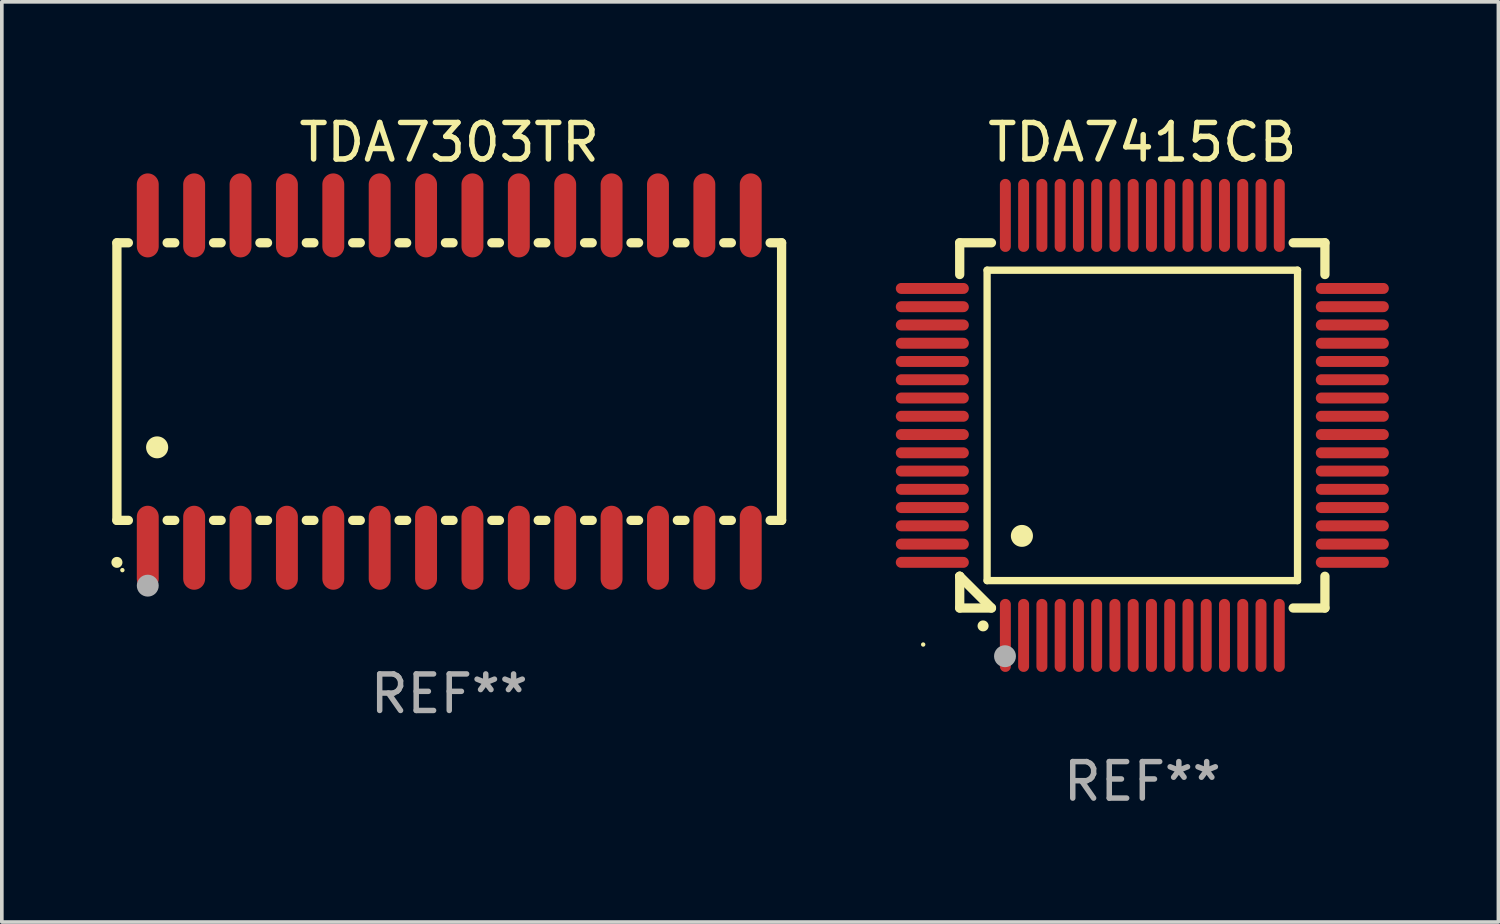
<source format=kicad_pcb>
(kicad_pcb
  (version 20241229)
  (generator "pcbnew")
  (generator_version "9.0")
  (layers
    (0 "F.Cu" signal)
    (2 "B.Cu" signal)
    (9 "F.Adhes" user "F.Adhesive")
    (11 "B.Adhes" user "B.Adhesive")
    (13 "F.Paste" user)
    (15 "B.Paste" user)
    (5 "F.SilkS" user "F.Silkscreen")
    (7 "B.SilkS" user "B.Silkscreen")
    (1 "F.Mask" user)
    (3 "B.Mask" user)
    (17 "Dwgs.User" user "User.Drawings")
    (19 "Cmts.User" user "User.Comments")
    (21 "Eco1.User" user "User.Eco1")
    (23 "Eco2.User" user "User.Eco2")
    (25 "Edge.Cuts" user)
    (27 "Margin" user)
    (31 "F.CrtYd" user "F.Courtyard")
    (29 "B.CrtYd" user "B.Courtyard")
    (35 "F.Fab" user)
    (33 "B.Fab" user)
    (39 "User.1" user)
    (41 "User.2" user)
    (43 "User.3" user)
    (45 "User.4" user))
  (footprint "TDA7303TR"
    (layer "F.Cu")
    (at 9.251 7.398)
    (property "Reference" "TDA7303TR" (at 0 -6.55 0) (layer "F.SilkS") (effects (font (size 1 1) (thickness 0.15))))
    (attr through_hole)
    (fp_line (start -9.1 -3.8) (end -9.1 3.8) (stroke (width 0.254) (type solid)) (layer "F.SilkS"))
    (fp_line (start -9.1 -3.8) (end -8.786 -3.8) (stroke (width 0.254) (type solid)) (layer "F.SilkS"))
    (fp_line (start -9.1 3.8) (end -8.786 3.8) (stroke (width 0.254) (type solid)) (layer "F.SilkS"))
    (fp_line (start -7.724 -3.8) (end -7.516 -3.8) (stroke (width 0.254) (type solid)) (layer "F.SilkS"))
    (fp_line (start -7.724 3.8) (end -7.516 3.8) (stroke (width 0.254) (type solid)) (layer "F.SilkS"))
    (fp_line (start -6.454 -3.8) (end -6.246 -3.8) (stroke (width 0.254) (type solid)) (layer "F.SilkS"))
    (fp_line (start -6.454 3.8) (end -6.246 3.8) (stroke (width 0.254) (type solid)) (layer "F.SilkS"))
    (fp_line (start -5.184 -3.8) (end -4.976 -3.8) (stroke (width 0.254) (type solid)) (layer "F.SilkS"))
    (fp_line (start -5.184 3.8) (end -4.976 3.8) (stroke (width 0.254) (type solid)) (layer "F.SilkS"))
    (fp_line (start -3.914 -3.8) (end -3.706 -3.8) (stroke (width 0.254) (type solid)) (layer "F.SilkS"))
    (fp_line (start -3.914 3.8) (end -3.706 3.8) (stroke (width 0.254) (type solid)) (layer "F.SilkS"))
    (fp_line (start -2.644 -3.8) (end -2.436 -3.8) (stroke (width 0.254) (type solid)) (layer "F.SilkS"))
    (fp_line (start -2.644 3.8) (end -2.436 3.8) (stroke (width 0.254) (type solid)) (layer "F.SilkS"))
    (fp_line (start -1.374 -3.8) (end -1.166 -3.8) (stroke (width 0.254) (type solid)) (layer "F.SilkS"))
    (fp_line (start -1.374 3.8) (end -1.166 3.8) (stroke (width 0.254) (type solid)) (layer "F.SilkS"))
    (fp_line (start -0.104 -3.8) (end 0.104 -3.8) (stroke (width 0.254) (type solid)) (layer "F.SilkS"))
    (fp_line (start -0.104 3.8) (end 0.104 3.8) (stroke (width 0.254) (type solid)) (layer "F.SilkS"))
    (fp_line (start 1.166 -3.8) (end 1.374 -3.8) (stroke (width 0.254) (type solid)) (layer "F.SilkS"))
    (fp_line (start 1.166 3.8) (end 1.374 3.8) (stroke (width 0.254) (type solid)) (layer "F.SilkS"))
    (fp_line (start 2.436 -3.8) (end 2.644 -3.8) (stroke (width 0.254) (type solid)) (layer "F.SilkS"))
    (fp_line (start 2.436 3.8) (end 2.644 3.8) (stroke (width 0.254) (type solid)) (layer "F.SilkS"))
    (fp_line (start 3.706 -3.8) (end 3.914 -3.8) (stroke (width 0.254) (type solid)) (layer "F.SilkS"))
    (fp_line (start 3.706 3.8) (end 3.914 3.8) (stroke (width 0.254) (type solid)) (layer "F.SilkS"))
    (fp_line (start 4.976 -3.8) (end 5.184 -3.8) (stroke (width 0.254) (type solid)) (layer "F.SilkS"))
    (fp_line (start 4.976 3.8) (end 5.184 3.8) (stroke (width 0.254) (type solid)) (layer "F.SilkS"))
    (fp_line (start 6.246 -3.8) (end 6.454 -3.8) (stroke (width 0.254) (type solid)) (layer "F.SilkS"))
    (fp_line (start 6.246 3.8) (end 6.454 3.8) (stroke (width 0.254) (type solid)) (layer "F.SilkS"))
    (fp_line (start 7.516 -3.8) (end 7.724 -3.8) (stroke (width 0.254) (type solid)) (layer "F.SilkS"))
    (fp_line (start 7.516 3.8) (end 7.724 3.8) (stroke (width 0.254) (type solid)) (layer "F.SilkS"))
    (fp_line (start 8.786 -3.8) (end 9.1 -3.8) (stroke (width 0.254) (type solid)) (layer "F.SilkS"))
    (fp_line (start 8.786 3.8) (end 9.1 3.8) (stroke (width 0.254) (type solid)) (layer "F.SilkS"))
    (fp_line (start 9.1 -3.8) (end 9.1 3.8) (stroke (width 0.254) (type solid)) (layer "F.SilkS"))
    (fp_arc (start -9.100864 4.95047) (mid -9.099594 4.950465) (end -9.098324 4.95047) (stroke (width 0.3) (type solid)) (layer "F.SilkS"))
    (fp_arc (start -8.001041 1.800864) (mid -7.998501 1.800853) (end -7.995961 1.800864) (stroke (width 0.6) (type solid)) (layer "F.SilkS"))
    (fp_circle (center -8.95 5.163) (end -8.92 5.163) (stroke (width 0.06) (type solid)) (fill no) (layer "F.SilkS"))
    (fp_circle (center -8.255 5.588) (end -8.105 5.588) (stroke (width 0.3) (type solid)) (fill no) (layer "F.Fab"))
    (fp_text user "REF**" (at 0 8.55 0) (layer "F.Fab") (effects (font (size 1 1) (thickness 0.15))))
    (pad "1" smd oval (at -8.255 4.55 180) (size 0.6 2.3) (layers "F.Cu" "F.Mask" "F.Paste"))
    (pad "2" smd oval (at -6.985 4.55 180) (size 0.6 2.3) (layers "F.Cu" "F.Mask" "F.Paste"))
    (pad "3" smd oval (at -5.715 4.55 180) (size 0.6 2.3) (layers "F.Cu" "F.Mask" "F.Paste"))
    (pad "4" smd oval (at -4.445 4.55 180) (size 0.6 2.3) (layers "F.Cu" "F.Mask" "F.Paste"))
    (pad "5" smd oval (at -3.175 4.55 180) (size 0.6 2.3) (layers "F.Cu" "F.Mask" "F.Paste"))
    (pad "6" smd oval (at -1.905 4.55 180) (size 0.6 2.3) (layers "F.Cu" "F.Mask" "F.Paste"))
    (pad "7" smd oval (at -0.635 4.55 180) (size 0.6 2.3) (layers "F.Cu" "F.Mask" "F.Paste"))
    (pad "8" smd oval (at 0.635 4.55 180) (size 0.6 2.3) (layers "F.Cu" "F.Mask" "F.Paste"))
    (pad "9" smd oval (at 1.905 4.55 180) (size 0.6 2.3) (layers "F.Cu" "F.Mask" "F.Paste"))
    (pad "10" smd oval (at 3.175 4.55 180) (size 0.6 2.3) (layers "F.Cu" "F.Mask" "F.Paste"))
    (pad "11" smd oval (at 4.445 4.55 180) (size 0.6 2.3) (layers "F.Cu" "F.Mask" "F.Paste"))
    (pad "12" smd oval (at 5.715 4.55 180) (size 0.6 2.3) (layers "F.Cu" "F.Mask" "F.Paste"))
    (pad "13" smd oval (at 6.985 4.55 180) (size 0.6 2.3) (layers "F.Cu" "F.Mask" "F.Paste"))
    (pad "14" smd oval (at 8.255 4.55 180) (size 0.6 2.3) (layers "F.Cu" "F.Mask" "F.Paste"))
    (pad "15" smd oval (at 8.255 -4.55 180) (size 0.6 2.3) (layers "F.Cu" "F.Mask" "F.Paste"))
    (pad "16" smd oval (at 6.985 -4.55 180) (size 0.6 2.3) (layers "F.Cu" "F.Mask" "F.Paste"))
    (pad "17" smd oval (at 5.715 -4.55 180) (size 0.6 2.3) (layers "F.Cu" "F.Mask" "F.Paste"))
    (pad "18" smd oval (at 4.445 -4.55 180) (size 0.6 2.3) (layers "F.Cu" "F.Mask" "F.Paste"))
    (pad "19" smd oval (at 3.175 -4.55 180) (size 0.6 2.3) (layers "F.Cu" "F.Mask" "F.Paste"))
    (pad "20" smd oval (at 1.905 -4.55 180) (size 0.6 2.3) (layers "F.Cu" "F.Mask" "F.Paste"))
    (pad "21" smd oval (at 0.635 -4.55 180) (size 0.6 2.3) (layers "F.Cu" "F.Mask" "F.Paste"))
    (pad "22" smd oval (at -0.635 -4.55 180) (size 0.6 2.3) (layers "F.Cu" "F.Mask" "F.Paste"))
    (pad "23" smd oval (at -1.905 -4.55 180) (size 0.6 2.3) (layers "F.Cu" "F.Mask" "F.Paste"))
    (pad "24" smd oval (at -3.175 -4.55 180) (size 0.6 2.3) (layers "F.Cu" "F.Mask" "F.Paste"))
    (pad "25" smd oval (at -4.445 -4.55 180) (size 0.6 2.3) (layers "F.Cu" "F.Mask" "F.Paste"))
    (pad "26" smd oval (at -5.715 -4.55 180) (size 0.6 2.3) (layers "F.Cu" "F.Mask" "F.Paste"))
    (pad "27" smd oval (at -6.985 -4.55 180) (size 0.6 2.3) (layers "F.Cu" "F.Mask" "F.Paste"))
    (pad "28" smd oval (at -8.255 -4.55 180) (size 0.6 2.3) (layers "F.Cu" "F.Mask" "F.Paste")))
  (footprint "TDA7415CB"
    (layer "F.Cu")
    (at 28.228 8.598)
    (property "Reference" "TDA7415CB" (at 0 -7.75 0) (layer "F.SilkS") (effects (font (size 1 1) (thickness 0.15))))
    (attr through_hole)
    (fp_line (start -5 -5) (end -4.131 -5) (stroke (width 0.254) (type solid)) (layer "F.SilkS"))
    (fp_line (start -5 -4.131) (end -5 -5) (stroke (width 0.254) (type solid)) (layer "F.SilkS"))
    (fp_line (start -5 4.131) (end -5 4.131) (stroke (width 0.254) (type solid)) (layer "F.SilkS"))
    (fp_line (start -5 5) (end -5 4.131) (stroke (width 0.254) (type solid)) (layer "F.SilkS"))
    (fp_line (start -5 4.131) (end -4.131 5) (stroke (width 0.254) (type solid)) (layer "F.SilkS"))
    (fp_line (start -4.25 -4.25) (end -4.25 4.25) (stroke (width 0.2) (type solid)) (layer "F.SilkS"))
    (fp_line (start -4.25 4.25) (end 4.25 4.25) (stroke (width 0.2) (type solid)) (layer "F.SilkS"))
    (fp_line (start -4.131 5) (end -5 5) (stroke (width 0.254) (type solid)) (layer "F.SilkS"))
    (fp_line (start 4.25 -4.25) (end -4.25 -4.25) (stroke (width 0.2) (type solid)) (layer "F.SilkS"))
    (fp_line (start 4.25 4.25) (end 4.25 -4.25) (stroke (width 0.2) (type solid)) (layer "F.SilkS"))
    (fp_line (start 5 -5) (end 4.131 -5) (stroke (width 0.254) (type solid)) (layer "F.SilkS"))
    (fp_line (start 5 -5) (end 5 -4.131) (stroke (width 0.254) (type solid)) (layer "F.SilkS"))
    (fp_line (start 5 4.131) (end 5 5) (stroke (width 0.254) (type solid)) (layer "F.SilkS"))
    (fp_line (start 5 5) (end 4.131 5) (stroke (width 0.254) (type solid)) (layer "F.SilkS"))
    (fp_arc (start -4.361265 5.489992) (mid -4.359995 5.489987) (end -4.358725 5.489992) (stroke (width 0.3) (type solid)) (layer "F.SilkS"))
    (fp_arc (start -3.299467 3.025146) (mid -3.296927 3.025135) (end -3.294387 3.025146) (stroke (width 0.6) (type solid)) (layer "F.SilkS"))
    (fp_circle (center -6 6) (end -5.97 6) (stroke (width 0.06) (type solid)) (fill no) (layer "F.SilkS"))
    (fp_circle (center -3.76 6.32) (end -3.61 6.32) (stroke (width 0.3) (type solid)) (fill no) (layer "F.Fab"))
    (fp_text user "REF**" (at 0 9.75 0) (layer "F.Fab") (effects (font (size 1 1) (thickness 0.15))))
    (pad "1" smd oval (at -3.75 5.75) (size 0.3 2) (layers "F.Cu" "F.Mask" "F.Paste"))
    (pad "2" smd oval (at -3.25 5.75) (size 0.3 2) (layers "F.Cu" "F.Mask" "F.Paste"))
    (pad "3" smd oval (at -2.75 5.75) (size 0.3 2) (layers "F.Cu" "F.Mask" "F.Paste"))
    (pad "4" smd oval (at -2.25 5.75) (size 0.3 2) (layers "F.Cu" "F.Mask" "F.Paste"))
    (pad "5" smd oval (at -1.75 5.75) (size 0.3 2) (layers "F.Cu" "F.Mask" "F.Paste"))
    (pad "6" smd oval (at -1.25 5.75) (size 0.3 2) (layers "F.Cu" "F.Mask" "F.Paste"))
    (pad "7" smd oval (at -0.75 5.75) (size 0.3 2) (layers "F.Cu" "F.Mask" "F.Paste"))
    (pad "8" smd oval (at -0.25 5.75) (size 0.3 2) (layers "F.Cu" "F.Mask" "F.Paste"))
    (pad "9" smd oval (at 0.25 5.75) (size 0.3 2) (layers "F.Cu" "F.Mask" "F.Paste"))
    (pad "10" smd oval (at 0.75 5.75) (size 0.3 2) (layers "F.Cu" "F.Mask" "F.Paste"))
    (pad "11" smd oval (at 1.25 5.75) (size 0.3 2) (layers "F.Cu" "F.Mask" "F.Paste"))
    (pad "12" smd oval (at 1.75 5.75) (size 0.3 2) (layers "F.Cu" "F.Mask" "F.Paste"))
    (pad "13" smd oval (at 2.25 5.75) (size 0.3 2) (layers "F.Cu" "F.Mask" "F.Paste"))
    (pad "14" smd oval (at 2.75 5.75) (size 0.3 2) (layers "F.Cu" "F.Mask" "F.Paste"))
    (pad "15" smd oval (at 3.25 5.75) (size 0.3 2) (layers "F.Cu" "F.Mask" "F.Paste"))
    (pad "16" smd oval (at 3.75 5.75) (size 0.3 2) (layers "F.Cu" "F.Mask" "F.Paste"))
    (pad "17" smd oval (at 5.75 3.75) (size 2 0.3) (layers "F.Cu" "F.Mask" "F.Paste"))
    (pad "18" smd oval (at 5.75 3.25) (size 2 0.3) (layers "F.Cu" "F.Mask" "F.Paste"))
    (pad "19" smd oval (at 5.75 2.75) (size 2 0.3) (layers "F.Cu" "F.Mask" "F.Paste"))
    (pad "20" smd oval (at 5.75 2.25) (size 2 0.3) (layers "F.Cu" "F.Mask" "F.Paste"))
    (pad "21" smd oval (at 5.75 1.75) (size 2 0.3) (layers "F.Cu" "F.Mask" "F.Paste"))
    (pad "22" smd oval (at 5.75 1.25) (size 2 0.3) (layers "F.Cu" "F.Mask" "F.Paste"))
    (pad "23" smd oval (at 5.75 0.75) (size 2 0.3) (layers "F.Cu" "F.Mask" "F.Paste"))
    (pad "24" smd oval (at 5.75 0.25) (size 2 0.3) (layers "F.Cu" "F.Mask" "F.Paste"))
    (pad "25" smd oval (at 5.75 -0.25) (size 2 0.3) (layers "F.Cu" "F.Mask" "F.Paste"))
    (pad "26" smd oval (at 5.75 -0.75) (size 2 0.3) (layers "F.Cu" "F.Mask" "F.Paste"))
    (pad "27" smd oval (at 5.75 -1.25) (size 2 0.3) (layers "F.Cu" "F.Mask" "F.Paste"))
    (pad "28" smd oval (at 5.75 -1.75) (size 2 0.3) (layers "F.Cu" "F.Mask" "F.Paste"))
    (pad "29" smd oval (at 5.75 -2.25) (size 2 0.3) (layers "F.Cu" "F.Mask" "F.Paste"))
    (pad "30" smd oval (at 5.75 -2.75) (size 2 0.3) (layers "F.Cu" "F.Mask" "F.Paste"))
    (pad "31" smd oval (at 5.75 -3.25) (size 2 0.3) (layers "F.Cu" "F.Mask" "F.Paste"))
    (pad "32" smd oval (at 5.75 -3.75) (size 2 0.3) (layers "F.Cu" "F.Mask" "F.Paste"))
    (pad "33" smd oval (at 3.75 -5.75) (size 0.3 2) (layers "F.Cu" "F.Mask" "F.Paste"))
    (pad "34" smd oval (at 3.25 -5.75) (size 0.3 2) (layers "F.Cu" "F.Mask" "F.Paste"))
    (pad "35" smd oval (at 2.75 -5.75) (size 0.3 2) (layers "F.Cu" "F.Mask" "F.Paste"))
    (pad "36" smd oval (at 2.25 -5.75) (size 0.3 2) (layers "F.Cu" "F.Mask" "F.Paste"))
    (pad "37" smd oval (at 1.75 -5.75) (size 0.3 2) (layers "F.Cu" "F.Mask" "F.Paste"))
    (pad "38" smd oval (at 1.25 -5.75) (size 0.3 2) (layers "F.Cu" "F.Mask" "F.Paste"))
    (pad "39" smd oval (at 0.75 -5.75) (size 0.3 2) (layers "F.Cu" "F.Mask" "F.Paste"))
    (pad "40" smd oval (at 0.25 -5.75) (size 0.3 2) (layers "F.Cu" "F.Mask" "F.Paste"))
    (pad "41" smd oval (at -0.25 -5.75) (size 0.3 2) (layers "F.Cu" "F.Mask" "F.Paste"))
    (pad "42" smd oval (at -0.75 -5.75) (size 0.3 2) (layers "F.Cu" "F.Mask" "F.Paste"))
    (pad "43" smd oval (at -1.25 -5.75) (size 0.3 2) (layers "F.Cu" "F.Mask" "F.Paste"))
    (pad "44" smd oval (at -1.75 -5.75) (size 0.3 2) (layers "F.Cu" "F.Mask" "F.Paste"))
    (pad "45" smd oval (at -2.25 -5.75) (size 0.3 2) (layers "F.Cu" "F.Mask" "F.Paste"))
    (pad "46" smd oval (at -2.75 -5.75) (size 0.3 2) (layers "F.Cu" "F.Mask" "F.Paste"))
    (pad "47" smd oval (at -3.25 -5.75) (size 0.3 2) (layers "F.Cu" "F.Mask" "F.Paste"))
    (pad "48" smd oval (at -3.75 -5.75) (size 0.3 2) (layers "F.Cu" "F.Mask" "F.Paste"))
    (pad "49" smd oval (at -5.75 -3.75) (size 2 0.3) (layers "F.Cu" "F.Mask" "F.Paste"))
    (pad "50" smd oval (at -5.75 -3.25) (size 2 0.3) (layers "F.Cu" "F.Mask" "F.Paste"))
    (pad "51" smd oval (at -5.75 -2.75) (size 2 0.3) (layers "F.Cu" "F.Mask" "F.Paste"))
    (pad "52" smd oval (at -5.75 -2.25) (size 2 0.3) (layers "F.Cu" "F.Mask" "F.Paste"))
    (pad "53" smd oval (at -5.75 -1.75) (size 2 0.3) (layers "F.Cu" "F.Mask" "F.Paste"))
    (pad "54" smd oval (at -5.75 -1.25) (size 2 0.3) (layers "F.Cu" "F.Mask" "F.Paste"))
    (pad "55" smd oval (at -5.75 -0.75) (size 2 0.3) (layers "F.Cu" "F.Mask" "F.Paste"))
    (pad "56" smd oval (at -5.75 -0.25) (size 2 0.3) (layers "F.Cu" "F.Mask" "F.Paste"))
    (pad "57" smd oval (at -5.75 0.25) (size 2 0.3) (layers "F.Cu" "F.Mask" "F.Paste"))
    (pad "58" smd oval (at -5.75 0.75) (size 2 0.3) (layers "F.Cu" "F.Mask" "F.Paste"))
    (pad "59" smd oval (at -5.75 1.25) (size 2 0.3) (layers "F.Cu" "F.Mask" "F.Paste"))
    (pad "60" smd oval (at -5.75 1.75) (size 2 0.3) (layers "F.Cu" "F.Mask" "F.Paste"))
    (pad "61" smd oval (at -5.75 2.25) (size 2 0.3) (layers "F.Cu" "F.Mask" "F.Paste"))
    (pad "62" smd oval (at -5.75 2.75) (size 2 0.3) (layers "F.Cu" "F.Mask" "F.Paste"))
    (pad "63" smd oval (at -5.75 3.25) (size 2 0.3) (layers "F.Cu" "F.Mask" "F.Paste"))
    (pad "64" smd oval (at -5.75 3.75) (size 2 0.3) (layers "F.Cu" "F.Mask" "F.Paste")))
  (gr_rect
    (start -3 -3)
    (end 37.978 22.196)
    (stroke (width 0.1) (type default))
    (fill no)
    (layer "Edge.Cuts")))
</source>
